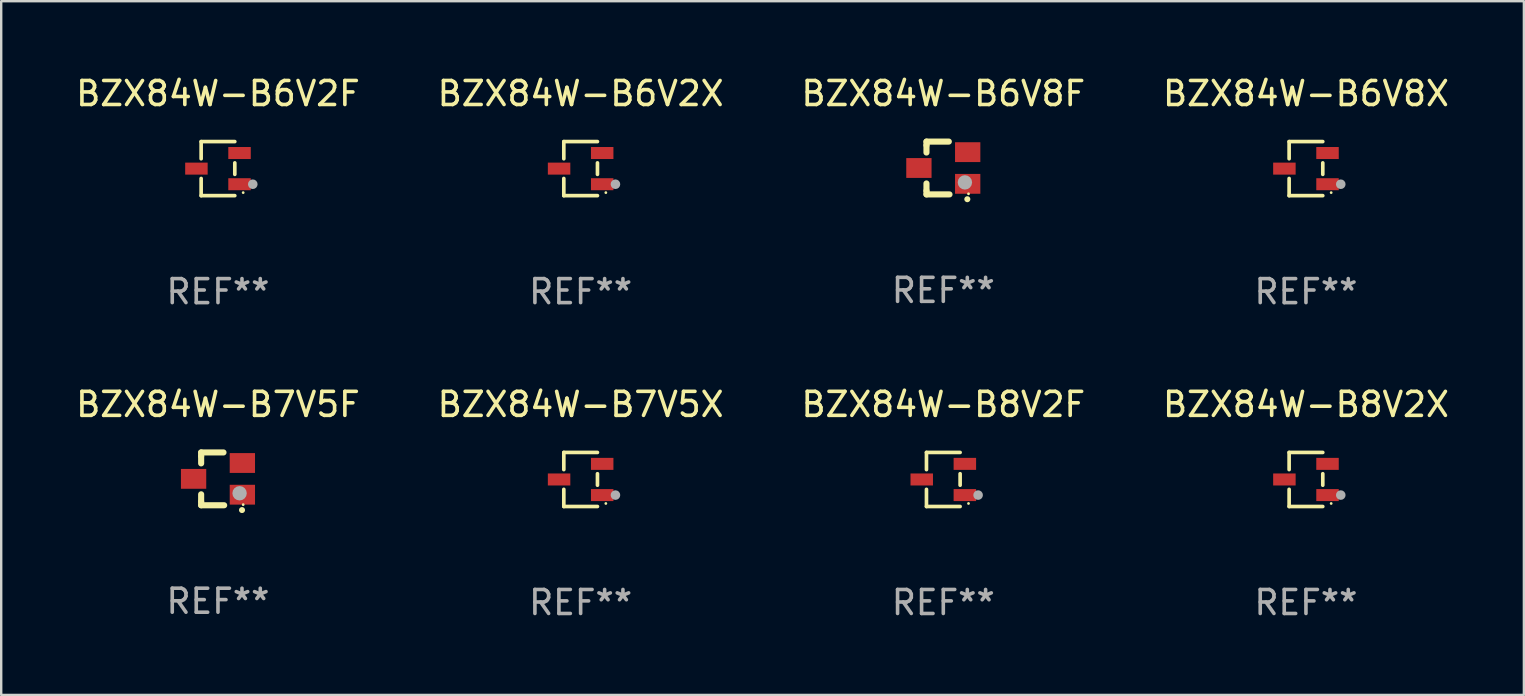
<source format=kicad_pcb>
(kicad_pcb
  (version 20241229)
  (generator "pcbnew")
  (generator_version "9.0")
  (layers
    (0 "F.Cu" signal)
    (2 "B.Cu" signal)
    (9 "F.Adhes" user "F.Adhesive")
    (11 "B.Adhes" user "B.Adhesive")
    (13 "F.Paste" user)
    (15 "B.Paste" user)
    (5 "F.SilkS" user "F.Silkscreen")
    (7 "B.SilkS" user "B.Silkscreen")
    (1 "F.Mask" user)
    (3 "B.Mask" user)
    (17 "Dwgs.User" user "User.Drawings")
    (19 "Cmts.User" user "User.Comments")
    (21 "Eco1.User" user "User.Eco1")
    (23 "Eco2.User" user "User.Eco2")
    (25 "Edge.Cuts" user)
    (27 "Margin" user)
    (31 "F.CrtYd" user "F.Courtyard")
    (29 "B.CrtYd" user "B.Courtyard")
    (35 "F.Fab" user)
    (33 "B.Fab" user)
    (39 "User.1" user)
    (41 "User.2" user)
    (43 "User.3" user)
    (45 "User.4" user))
  (footprint "BZX84W-B7V5X"
    (layer "F.Cu")
    (at 21.137 16.923)
    (property "Reference" "BZX84W-B7V5X" (at 0 -3.126 0) (layer "F.SilkS") (effects (font (size 1 1) (thickness 0.15))))
    (attr through_hole)
    (fp_line (start -0.701 -1.126) (end -0.701 -0.411) (stroke (width 0.152) (type solid)) (layer "F.SilkS"))
    (fp_line (start -0.701 1.126) (end -0.701 0.411) (stroke (width 0.152) (type solid)) (layer "F.SilkS"))
    (fp_line (start 0.701 -1.126) (end -0.701 -1.126) (stroke (width 0.152) (type solid)) (layer "F.SilkS"))
    (fp_line (start 0.701 -0.239) (end 0.701 0.239) (stroke (width 0.152) (type solid)) (layer "F.SilkS"))
    (fp_line (start 0.701 1.126) (end -0.701 1.126) (stroke (width 0.152) (type solid)) (layer "F.SilkS"))
    (fp_circle (center 1.05 1) (end 1.08 1) (stroke (width 0.06) (type solid)) (fill no) (layer "F.SilkS"))
    (fp_circle (center 1.45 0.65) (end 1.55 0.65) (stroke (width 0.2) (type solid)) (fill no) (layer "F.Fab"))
    (fp_text user "REF**" (at 0 5.126 0) (layer "F.Fab") (effects (font (size 1 1) (thickness 0.15))))
    (pad "1" smd rect (at 0.898 0.65) (size 0.936 0.5) (layers "F.Cu" "F.Mask" "F.Paste"))
    (pad "2" smd rect (at 0.898 -0.65) (size 0.936 0.5) (layers "F.Cu" "F.Mask" "F.Paste"))
    (pad "3" smd rect (at -0.898 0) (size 0.936 0.5) (layers "F.Cu" "F.Mask" "F.Paste")))
  (footprint "BZX84W-B8V2F"
    (layer "F.Cu")
    (at 36.244 16.923)
    (property "Reference" "BZX84W-B8V2F" (at 0 -3.126 0) (layer "F.SilkS") (effects (font (size 1 1) (thickness 0.15))))
    (attr through_hole)
    (fp_line (start -0.701 -1.126) (end -0.701 -0.411) (stroke (width 0.152) (type solid)) (layer "F.SilkS"))
    (fp_line (start -0.701 1.126) (end -0.701 0.411) (stroke (width 0.152) (type solid)) (layer "F.SilkS"))
    (fp_line (start 0.701 -1.126) (end -0.701 -1.126) (stroke (width 0.152) (type solid)) (layer "F.SilkS"))
    (fp_line (start 0.701 -0.239) (end 0.701 0.239) (stroke (width 0.152) (type solid)) (layer "F.SilkS"))
    (fp_line (start 0.701 1.126) (end -0.701 1.126) (stroke (width 0.152) (type solid)) (layer "F.SilkS"))
    (fp_circle (center 1.05 1) (end 1.08 1) (stroke (width 0.06) (type solid)) (fill no) (layer "F.SilkS"))
    (fp_circle (center 1.45 0.65) (end 1.55 0.65) (stroke (width 0.2) (type solid)) (fill no) (layer "F.Fab"))
    (fp_text user "REF**" (at 0 5.126 0) (layer "F.Fab") (effects (font (size 1 1) (thickness 0.15))))
    (pad "1" smd rect (at 0.898 0.65) (size 0.936 0.5) (layers "F.Cu" "F.Mask" "F.Paste"))
    (pad "2" smd rect (at 0.898 -0.65) (size 0.936 0.5) (layers "F.Cu" "F.Mask" "F.Paste"))
    (pad "3" smd rect (at -0.898 0) (size 0.936 0.5) (layers "F.Cu" "F.Mask" "F.Paste")))
  (footprint "BZX84W-B6V8F"
    (layer "F.Cu")
    (at 36.244 3.948)
    (property "Reference" "BZX84W-B6V8F" (at 0 -3.1 0) (layer "F.SilkS") (effects (font (size 1 1) (thickness 0.15))))
    (attr through_hole)
    (fp_line (start -0.701 -0.95) (end -0.701 -1.1) (stroke (width 0.254) (type solid)) (layer "F.SilkS"))
    (fp_line (start -0.701 -0.644) (end -0.701 -0.95) (stroke (width 0.254) (type solid)) (layer "F.SilkS"))
    (fp_line (start -0.701 0.95) (end -0.701 0.644) (stroke (width 0.254) (type solid)) (layer "F.SilkS"))
    (fp_line (start -0.701 0.95) (end -0.701 1.1) (stroke (width 0.254) (type solid)) (layer "F.SilkS"))
    (fp_line (start -0.7 -1.1) (end 0.23 -1.1) (stroke (width 0.254) (type solid)) (layer "F.SilkS"))
    (fp_line (start -0.7 1.1) (end 0.258 1.1) (stroke (width 0.254) (type solid)) (layer "F.SilkS"))
    (fp_arc (start 1 1.3) (mid 1.00127 1.299994) (end 1.00254 1.3) (stroke (width 0.24892) (type solid)) (layer "F.SilkS"))
    (fp_circle (center 1.05 1.075) (end 1.08 1.075) (stroke (width 0.06) (type solid)) (fill no) (layer "F.SilkS"))
    (fp_circle (center 0.9 0.6) (end 1.05 0.6) (stroke (width 0.3) (type solid)) (fill no) (layer "F.Fab"))
    (fp_text user "REF**" (at 0 5.1 0) (layer "F.Fab") (effects (font (size 1 1) (thickness 0.15))))
    (pad "1" smd rect (at 1.016 0.66) (size 1.054 0.826) (layers "F.Cu" "F.Mask" "F.Paste"))
    (pad "2" smd rect (at 1.016 -0.66) (size 1.054 0.826) (layers "F.Cu" "F.Mask" "F.Paste"))
    (pad "3" smd rect (at -1.016 0) (size 1.054 0.826) (layers "F.Cu" "F.Mask" "F.Paste")))
  (footprint "BZX84W-B6V2F"
    (layer "F.Cu")
    (at 6.03 3.974)
    (property "Reference" "BZX84W-B6V2F" (at 0 -3.126 0) (layer "F.SilkS") (effects (font (size 1 1) (thickness 0.15))))
    (attr through_hole)
    (fp_line (start -0.701 -1.126) (end -0.701 -0.411) (stroke (width 0.152) (type solid)) (layer "F.SilkS"))
    (fp_line (start -0.701 1.126) (end -0.701 0.411) (stroke (width 0.152) (type solid)) (layer "F.SilkS"))
    (fp_line (start 0.701 -1.126) (end -0.701 -1.126) (stroke (width 0.152) (type solid)) (layer "F.SilkS"))
    (fp_line (start 0.701 -0.239) (end 0.701 0.239) (stroke (width 0.152) (type solid)) (layer "F.SilkS"))
    (fp_line (start 0.701 1.126) (end -0.701 1.126) (stroke (width 0.152) (type solid)) (layer "F.SilkS"))
    (fp_circle (center 1.05 1) (end 1.08 1) (stroke (width 0.06) (type solid)) (fill no) (layer "F.SilkS"))
    (fp_circle (center 1.45 0.65) (end 1.55 0.65) (stroke (width 0.2) (type solid)) (fill no) (layer "F.Fab"))
    (fp_text user "REF**" (at 0 5.126 0) (layer "F.Fab") (effects (font (size 1 1) (thickness 0.15))))
    (pad "1" smd rect (at 0.898 0.65) (size 0.936 0.5) (layers "F.Cu" "F.Mask" "F.Paste"))
    (pad "2" smd rect (at 0.898 -0.65) (size 0.936 0.5) (layers "F.Cu" "F.Mask" "F.Paste"))
    (pad "3" smd rect (at -0.898 0) (size 0.936 0.5) (layers "F.Cu" "F.Mask" "F.Paste")))
  (footprint "BZX84W-B7V5F"
    (layer "F.Cu")
    (at 6.03 16.897)
    (property "Reference" "BZX84W-B7V5F" (at 0 -3.1 0) (layer "F.SilkS") (effects (font (size 1 1) (thickness 0.15))))
    (attr through_hole)
    (fp_line (start -0.701 -0.95) (end -0.701 -1.1) (stroke (width 0.254) (type solid)) (layer "F.SilkS"))
    (fp_line (start -0.701 -0.644) (end -0.701 -0.95) (stroke (width 0.254) (type solid)) (layer "F.SilkS"))
    (fp_line (start -0.701 0.95) (end -0.701 0.644) (stroke (width 0.254) (type solid)) (layer "F.SilkS"))
    (fp_line (start -0.701 0.95) (end -0.701 1.1) (stroke (width 0.254) (type solid)) (layer "F.SilkS"))
    (fp_line (start -0.7 -1.1) (end 0.23 -1.1) (stroke (width 0.254) (type solid)) (layer "F.SilkS"))
    (fp_line (start -0.7 1.1) (end 0.258 1.1) (stroke (width 0.254) (type solid)) (layer "F.SilkS"))
    (fp_arc (start 1 1.3) (mid 1.00127 1.299994) (end 1.00254 1.3) (stroke (width 0.24892) (type solid)) (layer "F.SilkS"))
    (fp_circle (center 1.05 1.075) (end 1.08 1.075) (stroke (width 0.06) (type solid)) (fill no) (layer "F.SilkS"))
    (fp_circle (center 0.9 0.6) (end 1.05 0.6) (stroke (width 0.3) (type solid)) (fill no) (layer "F.Fab"))
    (fp_text user "REF**" (at 0 5.1 0) (layer "F.Fab") (effects (font (size 1 1) (thickness 0.15))))
    (pad "1" smd rect (at 1.016 0.66) (size 1.054 0.826) (layers "F.Cu" "F.Mask" "F.Paste"))
    (pad "2" smd rect (at 1.016 -0.66) (size 1.054 0.826) (layers "F.Cu" "F.Mask" "F.Paste"))
    (pad "3" smd rect (at -1.016 0) (size 1.054 0.826) (layers "F.Cu" "F.Mask" "F.Paste")))
  (footprint "BZX84W-B6V8X"
    (layer "F.Cu")
    (at 51.351 3.974)
    (property "Reference" "BZX84W-B6V8X" (at 0 -3.126 0) (layer "F.SilkS") (effects (font (size 1 1) (thickness 0.15))))
    (attr through_hole)
    (fp_line (start -0.701 -1.126) (end -0.701 -0.411) (stroke (width 0.152) (type solid)) (layer "F.SilkS"))
    (fp_line (start -0.701 1.126) (end -0.701 0.411) (stroke (width 0.152) (type solid)) (layer "F.SilkS"))
    (fp_line (start 0.701 -1.126) (end -0.701 -1.126) (stroke (width 0.152) (type solid)) (layer "F.SilkS"))
    (fp_line (start 0.701 -0.239) (end 0.701 0.239) (stroke (width 0.152) (type solid)) (layer "F.SilkS"))
    (fp_line (start 0.701 1.126) (end -0.701 1.126) (stroke (width 0.152) (type solid)) (layer "F.SilkS"))
    (fp_circle (center 1.05 1) (end 1.08 1) (stroke (width 0.06) (type solid)) (fill no) (layer "F.SilkS"))
    (fp_circle (center 1.45 0.65) (end 1.55 0.65) (stroke (width 0.2) (type solid)) (fill no) (layer "F.Fab"))
    (fp_text user "REF**" (at 0 5.126 0) (layer "F.Fab") (effects (font (size 1 1) (thickness 0.15))))
    (pad "1" smd rect (at 0.898 0.65) (size 0.936 0.5) (layers "F.Cu" "F.Mask" "F.Paste"))
    (pad "2" smd rect (at 0.898 -0.65) (size 0.936 0.5) (layers "F.Cu" "F.Mask" "F.Paste"))
    (pad "3" smd rect (at -0.898 0) (size 0.936 0.5) (layers "F.Cu" "F.Mask" "F.Paste")))
  (footprint "BZX84W-B8V2X"
    (layer "F.Cu")
    (at 51.351 16.923)
    (property "Reference" "BZX84W-B8V2X" (at 0 -3.126 0) (layer "F.SilkS") (effects (font (size 1 1) (thickness 0.15))))
    (attr through_hole)
    (fp_line (start -0.701 -1.126) (end -0.701 -0.411) (stroke (width 0.152) (type solid)) (layer "F.SilkS"))
    (fp_line (start -0.701 1.126) (end -0.701 0.411) (stroke (width 0.152) (type solid)) (layer "F.SilkS"))
    (fp_line (start 0.701 -1.126) (end -0.701 -1.126) (stroke (width 0.152) (type solid)) (layer "F.SilkS"))
    (fp_line (start 0.701 -0.239) (end 0.701 0.239) (stroke (width 0.152) (type solid)) (layer "F.SilkS"))
    (fp_line (start 0.701 1.126) (end -0.701 1.126) (stroke (width 0.152) (type solid)) (layer "F.SilkS"))
    (fp_circle (center 1.05 1) (end 1.08 1) (stroke (width 0.06) (type solid)) (fill no) (layer "F.SilkS"))
    (fp_circle (center 1.45 0.65) (end 1.55 0.65) (stroke (width 0.2) (type solid)) (fill no) (layer "F.Fab"))
    (fp_text user "REF**" (at 0 5.126 0) (layer "F.Fab") (effects (font (size 1 1) (thickness 0.15))))
    (pad "1" smd rect (at 0.898 0.65) (size 0.936 0.5) (layers "F.Cu" "F.Mask" "F.Paste"))
    (pad "2" smd rect (at 0.898 -0.65) (size 0.936 0.5) (layers "F.Cu" "F.Mask" "F.Paste"))
    (pad "3" smd rect (at -0.898 0) (size 0.936 0.5) (layers "F.Cu" "F.Mask" "F.Paste")))
  (footprint "BZX84W-B6V2X"
    (layer "F.Cu")
    (at 21.137 3.974)
    (property "Reference" "BZX84W-B6V2X" (at 0 -3.126 0) (layer "F.SilkS") (effects (font (size 1 1) (thickness 0.15))))
    (attr through_hole)
    (fp_line (start -0.701 -1.126) (end -0.701 -0.411) (stroke (width 0.152) (type solid)) (layer "F.SilkS"))
    (fp_line (start -0.701 1.126) (end -0.701 0.411) (stroke (width 0.152) (type solid)) (layer "F.SilkS"))
    (fp_line (start 0.701 -1.126) (end -0.701 -1.126) (stroke (width 0.152) (type solid)) (layer "F.SilkS"))
    (fp_line (start 0.701 -0.239) (end 0.701 0.239) (stroke (width 0.152) (type solid)) (layer "F.SilkS"))
    (fp_line (start 0.701 1.126) (end -0.701 1.126) (stroke (width 0.152) (type solid)) (layer "F.SilkS"))
    (fp_circle (center 1.05 1) (end 1.08 1) (stroke (width 0.06) (type solid)) (fill no) (layer "F.SilkS"))
    (fp_circle (center 1.45 0.65) (end 1.55 0.65) (stroke (width 0.2) (type solid)) (fill no) (layer "F.Fab"))
    (fp_text user "REF**" (at 0 5.126 0) (layer "F.Fab") (effects (font (size 1 1) (thickness 0.15))))
    (pad "1" smd rect (at 0.898 0.65) (size 0.936 0.5) (layers "F.Cu" "F.Mask" "F.Paste"))
    (pad "2" smd rect (at 0.898 -0.65) (size 0.936 0.5) (layers "F.Cu" "F.Mask" "F.Paste"))
    (pad "3" smd rect (at -0.898 0) (size 0.936 0.5) (layers "F.Cu" "F.Mask" "F.Paste")))
  (gr_rect
    (start -3 -3)
    (end 60.429 25.898)
    (stroke (width 0.1) (type default))
    (fill no)
    (layer "Edge.Cuts")))
</source>
